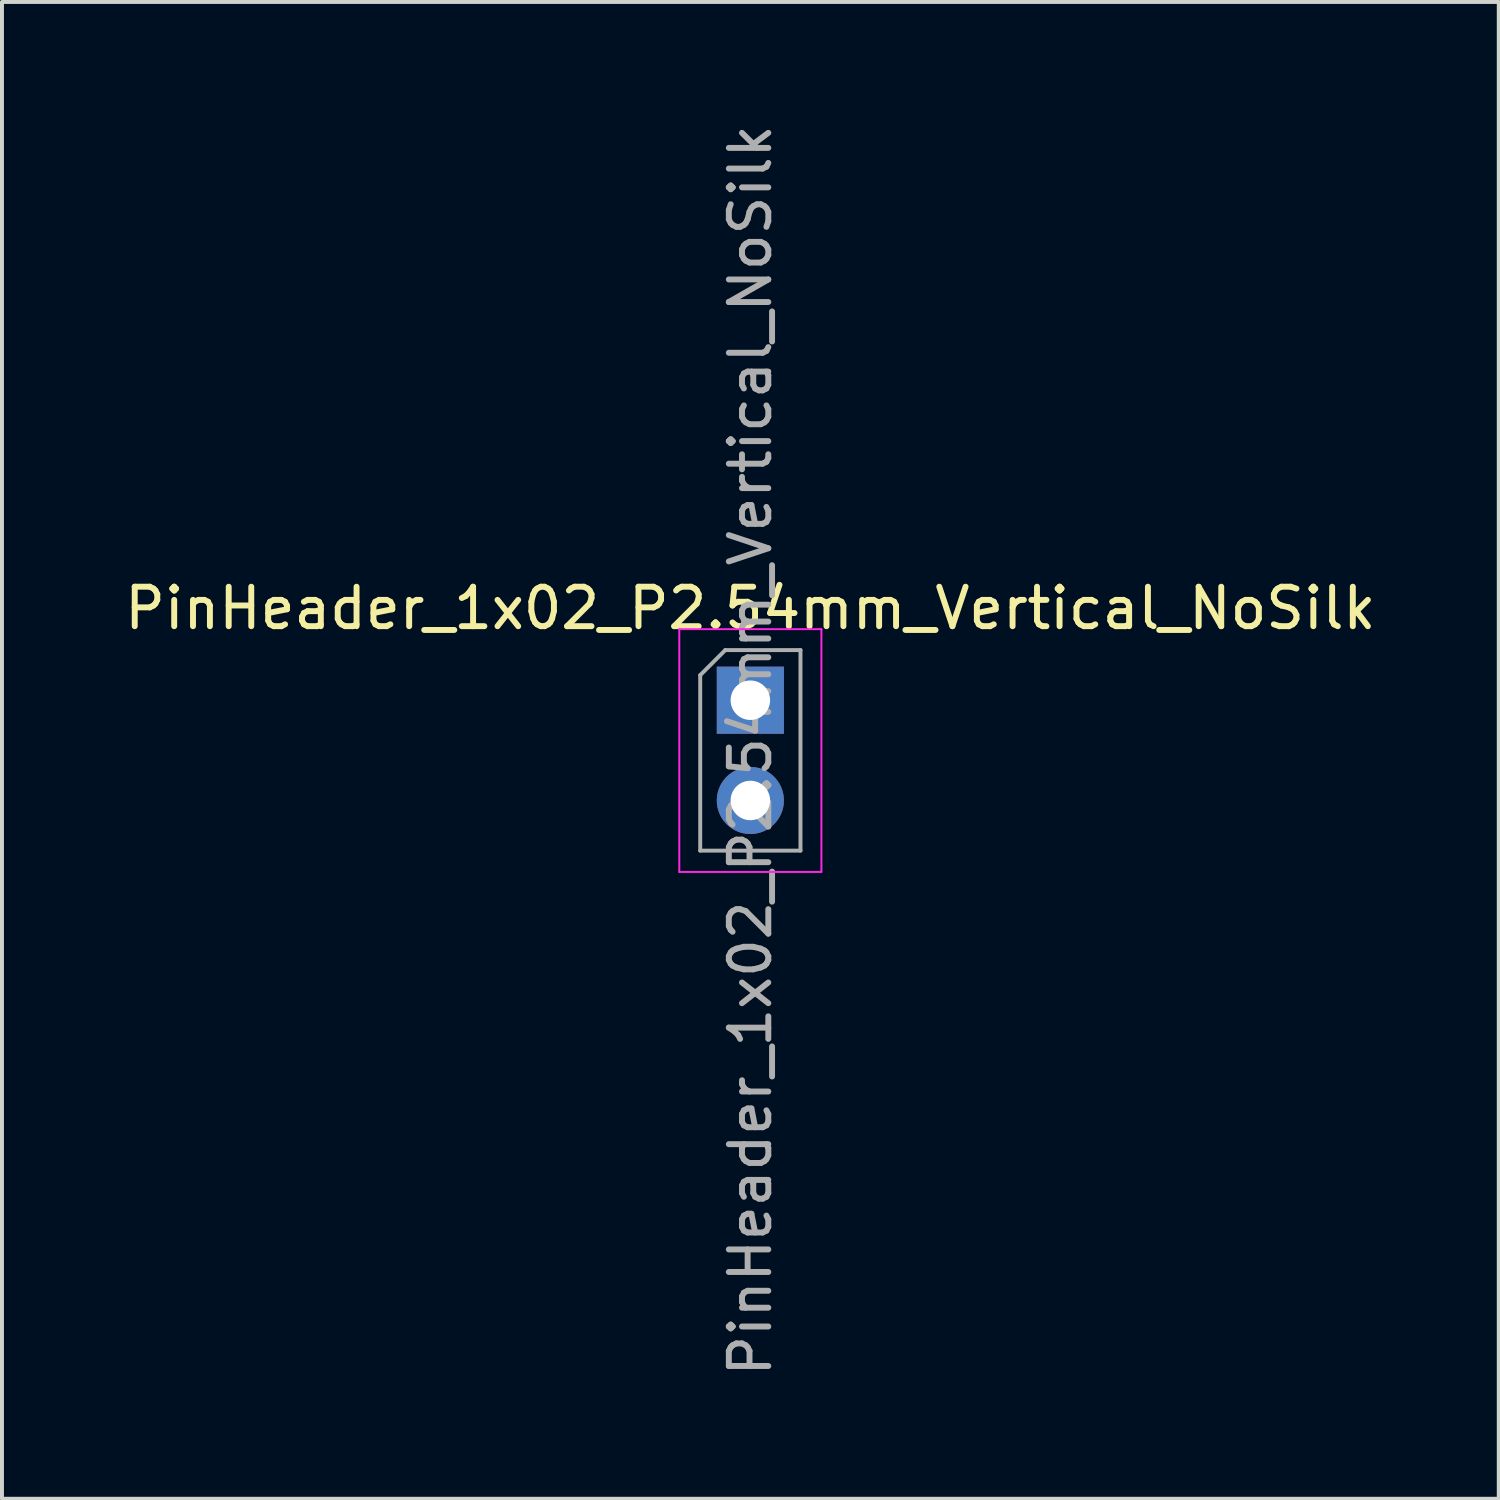
<source format=kicad_pcb>
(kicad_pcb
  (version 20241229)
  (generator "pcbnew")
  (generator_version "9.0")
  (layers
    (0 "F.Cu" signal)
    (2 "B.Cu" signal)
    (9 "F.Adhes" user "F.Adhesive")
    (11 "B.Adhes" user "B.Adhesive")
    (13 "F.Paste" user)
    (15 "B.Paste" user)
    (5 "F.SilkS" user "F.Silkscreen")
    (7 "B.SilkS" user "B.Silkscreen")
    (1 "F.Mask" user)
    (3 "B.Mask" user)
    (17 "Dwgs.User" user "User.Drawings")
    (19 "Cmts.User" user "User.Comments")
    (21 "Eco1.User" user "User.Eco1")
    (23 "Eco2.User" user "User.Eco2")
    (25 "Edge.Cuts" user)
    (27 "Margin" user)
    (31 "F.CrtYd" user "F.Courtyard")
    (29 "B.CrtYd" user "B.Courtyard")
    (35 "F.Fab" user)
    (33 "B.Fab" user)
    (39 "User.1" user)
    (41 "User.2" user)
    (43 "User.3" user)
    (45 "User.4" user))
  (footprint "PinHeader_1x02_P2.54mm_Vertical_NoSilk"
    (layer "F.Cu")
    (at 15.958 14.688)
    (property "Reference" "PinHeader_1x02_P2.54mm_Vertical_NoSilk" (at 0 -2.33 0) (layer "F.SilkS") (effects (font (size 1 1) (thickness 0.15))))
    (attr through_hole)
    (fp_line (start -1.8 -1.8) (end -1.8 4.35) (stroke (width 0.05) (type solid)) (layer "F.CrtYd"))
    (fp_line (start -1.8 4.35) (end 1.8 4.35) (stroke (width 0.05) (type solid)) (layer "F.CrtYd"))
    (fp_line (start 1.8 -1.8) (end -1.8 -1.8) (stroke (width 0.05) (type solid)) (layer "F.CrtYd"))
    (fp_line (start 1.8 4.35) (end 1.8 -1.8) (stroke (width 0.05) (type solid)) (layer "F.CrtYd"))
    (fp_line (start -1.27 -0.635) (end -0.635 -1.27) (stroke (width 0.1) (type solid)) (layer "F.Fab"))
    (fp_line (start -1.27 3.81) (end -1.27 -0.635) (stroke (width 0.1) (type solid)) (layer "F.Fab"))
    (fp_line (start -0.635 -1.27) (end 1.27 -1.27) (stroke (width 0.1) (type solid)) (layer "F.Fab"))
    (fp_line (start 1.27 -1.27) (end 1.27 3.81) (stroke (width 0.1) (type solid)) (layer "F.Fab"))
    (fp_line (start 1.27 3.81) (end -1.27 3.81) (stroke (width 0.1) (type solid)) (layer "F.Fab"))
    (fp_text user "${REFERENCE}" (at 0 1.27 90) (layer "F.Fab") (effects (font (size 1 1) (thickness 0.15))))
    (pad "1" thru_hole rect (at 0 0) (size 1.7 1.7) (drill 1) (layers "*.Cu" "*.Mask"))
    (pad "2" thru_hole oval (at 0 2.54) (size 1.7 1.7) (drill 1) (layers "*.Cu" "*.Mask")))
  (gr_rect
    (start -3 -3)
    (end 34.917 34.917)
    (stroke (width 0.1) (type default))
    (fill no)
    (layer "Edge.Cuts")))
</source>
